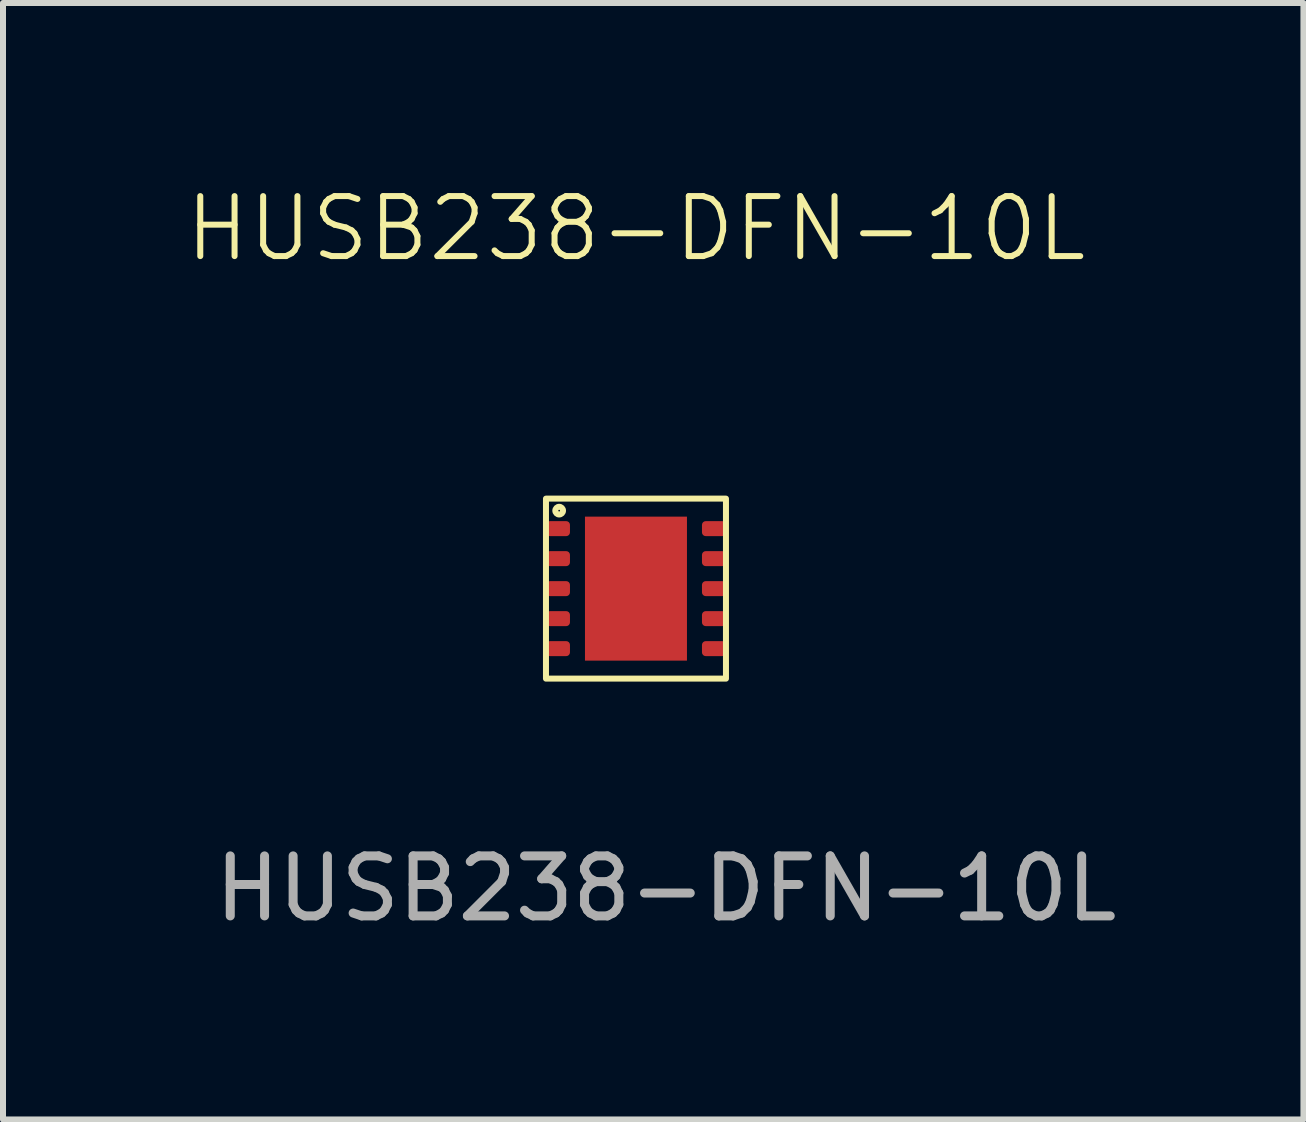
<source format=kicad_pcb>
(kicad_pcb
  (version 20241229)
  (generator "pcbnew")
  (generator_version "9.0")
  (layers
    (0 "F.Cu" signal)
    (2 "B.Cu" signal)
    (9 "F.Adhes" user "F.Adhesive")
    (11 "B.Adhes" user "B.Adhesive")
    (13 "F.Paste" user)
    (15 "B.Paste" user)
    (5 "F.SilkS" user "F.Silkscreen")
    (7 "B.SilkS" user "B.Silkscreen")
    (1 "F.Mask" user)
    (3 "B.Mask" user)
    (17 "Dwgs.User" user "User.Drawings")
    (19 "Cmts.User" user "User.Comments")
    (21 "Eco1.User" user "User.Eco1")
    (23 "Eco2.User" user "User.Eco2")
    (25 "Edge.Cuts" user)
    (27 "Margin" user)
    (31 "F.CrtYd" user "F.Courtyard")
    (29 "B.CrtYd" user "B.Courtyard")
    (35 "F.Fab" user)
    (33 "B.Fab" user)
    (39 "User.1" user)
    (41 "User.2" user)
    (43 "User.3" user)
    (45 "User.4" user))
  (footprint "HUSB238-DFN-10L"
    (layer "F.Cu")
    (at 7.55 6.761)
    (property "Reference" "HUSB238-DFN-10L" (at 0 -6 0) (unlocked yes) (layer "F.SilkS") (effects (font (size 1 1) (thickness 0.1))))
    (attr smd)
    (fp_rect (start -1.5 -1.5) (end 1.5 1.5) (stroke (width 0.1) (type default)) (fill no) (layer "F.SilkS"))
    (fp_circle (center -1.28 -1.3) (end -1.27 -1.29) (stroke (width 0.1) (type default)) (fill no) (layer "F.SilkS"))
    (fp_text user "${REFERENCE}" (at 0.5 5 0) (unlocked yes) (layer "F.Fab") (effects (font (size 1 1) (thickness 0.15))))
    (pad "1" smd roundrect (at -1.3 -1) (size 0.4 0.25) (layers "F.Cu" "F.Mask" "F.Paste") (roundrect_rratio 0.25))
    (pad "2" smd roundrect (at -1.3 -0.5) (size 0.4 0.25) (layers "F.Cu" "F.Mask" "F.Paste") (roundrect_rratio 0.25))
    (pad "3" smd roundrect (at -1.3 0) (size 0.4 0.25) (layers "F.Cu" "F.Mask" "F.Paste") (roundrect_rratio 0.25))
    (pad "4" smd roundrect (at -1.3 0.5) (size 0.4 0.25) (layers "F.Cu" "F.Mask" "F.Paste") (roundrect_rratio 0.25))
    (pad "5" smd roundrect (at -1.3 1) (size 0.4 0.25) (layers "F.Cu" "F.Mask" "F.Paste") (roundrect_rratio 0.25))
    (pad "6" smd roundrect (at 1.3 1) (size 0.4 0.25) (layers "F.Cu" "F.Mask" "F.Paste") (roundrect_rratio 0.25))
    (pad "7" smd roundrect (at 1.3 0.5) (size 0.4 0.25) (layers "F.Cu" "F.Mask" "F.Paste") (roundrect_rratio 0.25))
    (pad "8" smd roundrect (at 1.3 0) (size 0.4 0.25) (layers "F.Cu" "F.Mask" "F.Paste") (roundrect_rratio 0.25))
    (pad "9" smd roundrect (at 1.3 -0.5) (size 0.4 0.25) (layers "F.Cu" "F.Mask" "F.Paste") (roundrect_rratio 0.25))
    (pad "10" smd roundrect (at 1.3 -1) (size 0.4 0.25) (layers "F.Cu" "F.Mask" "F.Paste") (roundrect_rratio 0.25))
    (pad "11" smd rect (at 0 0) (size 1.7 2.4) (layers "F.Cu" "F.Mask" "F.Paste")))
  (gr_rect
    (start -3 -3)
    (end 18.675 15.609)
    (stroke (width 0.1) (type default))
    (fill no)
    (layer "Edge.Cuts")))
</source>
